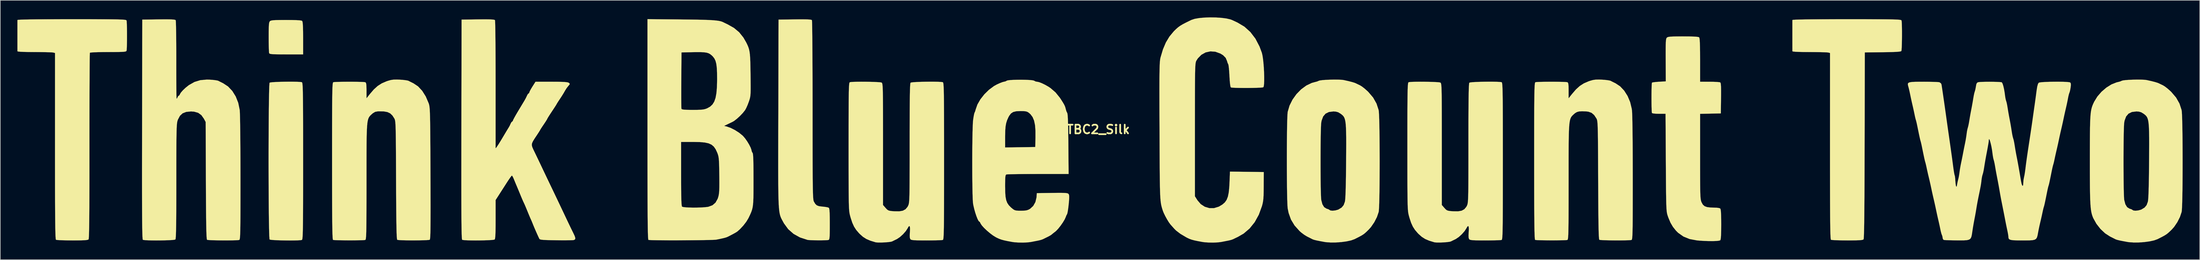
<source format=kicad_pcb>
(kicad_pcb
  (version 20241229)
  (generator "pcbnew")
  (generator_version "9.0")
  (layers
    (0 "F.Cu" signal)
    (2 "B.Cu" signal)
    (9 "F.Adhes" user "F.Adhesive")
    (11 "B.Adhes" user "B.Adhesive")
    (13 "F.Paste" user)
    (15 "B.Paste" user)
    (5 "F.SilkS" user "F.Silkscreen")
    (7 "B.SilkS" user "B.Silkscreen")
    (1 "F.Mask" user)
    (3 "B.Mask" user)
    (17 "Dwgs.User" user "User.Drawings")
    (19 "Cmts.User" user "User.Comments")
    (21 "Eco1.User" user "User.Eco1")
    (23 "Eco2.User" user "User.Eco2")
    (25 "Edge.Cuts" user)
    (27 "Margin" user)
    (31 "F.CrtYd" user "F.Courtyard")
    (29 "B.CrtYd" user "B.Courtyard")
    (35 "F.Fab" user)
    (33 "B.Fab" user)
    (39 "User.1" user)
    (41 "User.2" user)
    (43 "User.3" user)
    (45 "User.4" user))
  (footprint "TBC2_Silk"
    (layer "F.Cu")
    (at 189.619 19.683)
    (property "Reference" "TBC2_Silk" (at 0 0 0) (layer "F.SilkS") (effects (font (size 1.524 1.524) (thickness 0.3))))
    (attr through_hole)
    (fp_poly (pts (xy -141.428 -19.215) (xy -140.648 -19.195) (xy -140.104 -19.16) (xy -139.777 -19.11) (xy -139.659 -19.057) (xy -139.597 -18.897) (xy -139.551 -18.542) (xy -139.519 -17.973) (xy -139.501 -17.17) (xy -139.494 -16.114) (xy -139.494 -16.036) (xy -139.494 -13.181) (xy -142.431 -13.181) (xy -143.415 -13.183) (xy -144.158 -13.191) (xy -144.695 -13.208) (xy -145.059 -13.236) (xy -145.285 -13.277) (xy -145.405 -13.334) (xy -145.452 -13.398) (xy -145.478 -13.599) (xy -145.501 -14.027) (xy -145.519 -14.636) (xy -145.531 -15.378) (xy -145.535 -16.203) (xy -145.532 -17.134) (xy -145.52 -17.829) (xy -145.497 -18.325) (xy -145.46 -18.659) (xy -145.405 -18.87) (xy -145.33 -18.995) (xy -145.319 -19.006) (xy -145.204 -19.083) (xy -145.008 -19.139) (xy -144.694 -19.179) (xy -144.226 -19.204) (xy -143.564 -19.217) (xy -142.673 -19.222) (xy -142.464 -19.222) (xy -141.428 -19.215)) (stroke (width 0.01) (type solid)) (fill yes) (layer "F.SilkS"))
    (fp_poly (pts (xy -141.25 -8.382) (xy -140.598 -8.369) (xy -140.086 -8.344) (xy -139.766 -8.307) (xy -139.711 -8.292) (xy -139.676 -8.259) (xy -139.644 -8.179) (xy -139.616 -8.036) (xy -139.592 -7.815) (xy -139.571 -7.5) (xy -139.554 -7.075) (xy -139.539 -6.524) (xy -139.527 -5.833) (xy -139.517 -4.986) (xy -139.509 -3.966) (xy -139.503 -2.759) (xy -139.499 -1.348) (xy -139.496 0.282) (xy -139.495 2.146) (xy -139.494 4.261) (xy -139.494 5.561) (xy -139.494 7.822) (xy -139.495 9.825) (xy -139.498 11.584) (xy -139.501 13.116) (xy -139.506 14.435) (xy -139.512 15.558) (xy -139.521 16.5) (xy -139.532 17.277) (xy -139.545 17.904) (xy -139.561 18.397) (xy -139.58 18.772) (xy -139.602 19.044) (xy -139.628 19.229) (xy -139.657 19.342) (xy -139.691 19.399) (xy -139.711 19.413) (xy -139.958 19.454) (xy -140.413 19.483) (xy -141.024 19.5) (xy -141.74 19.506) (xy -142.51 19.501) (xy -143.28 19.487) (xy -144 19.464) (xy -144.618 19.432) (xy -145.081 19.393) (xy -145.339 19.348) (xy -145.37 19.331) (xy -145.399 19.168) (xy -145.425 18.753) (xy -145.448 18.109) (xy -145.469 17.258) (xy -145.488 16.224) (xy -145.504 15.028) (xy -145.518 13.694) (xy -145.529 12.243) (xy -145.538 10.7) (xy -145.544 9.087) (xy -145.548 7.425) (xy -145.55 5.739) (xy -145.549 4.05) (xy -145.545 2.381) (xy -145.539 0.756) (xy -145.531 -0.804) (xy -145.52 -2.276) (xy -145.507 -3.636) (xy -145.491 -4.863) (xy -145.473 -5.934) (xy -145.453 -6.825) (xy -145.43 -7.515) (xy -145.404 -7.98) (xy -145.377 -8.198) (xy -145.37 -8.21) (xy -145.191 -8.258) (xy -144.789 -8.299) (xy -144.216 -8.333) (xy -143.524 -8.359) (xy -142.764 -8.376) (xy -141.989 -8.384) (xy -141.25 -8.382)) (stroke (width 0.01) (type solid)) (fill yes) (layer "F.SilkS"))
    (fp_poly (pts (xy -51.423 -19.334) (xy -50.868 -19.317) (xy -50.502 -19.285) (xy -50.295 -19.238) (xy -50.228 -19.19) (xy -50.214 -19.033) (xy -50.2 -18.618) (xy -50.187 -17.963) (xy -50.174 -17.087) (xy -50.162 -16.006) (xy -50.152 -14.738) (xy -50.142 -13.3) (xy -50.134 -11.709) (xy -50.127 -9.985) (xy -50.122 -8.143) (xy -50.118 -6.201) (xy -50.116 -4.177) (xy -50.116 -3.391) (xy -50.115 -0.972) (xy -50.114 1.188) (xy -50.112 3.104) (xy -50.109 4.79) (xy -50.104 6.262) (xy -50.098 7.535) (xy -50.091 8.623) (xy -50.082 9.542) (xy -50.07 10.307) (xy -50.056 10.933) (xy -50.04 11.436) (xy -50.021 11.829) (xy -49.999 12.128) (xy -49.973 12.349) (xy -49.945 12.506) (xy -49.912 12.615) (xy -49.89 12.666) (xy -49.642 13.081) (xy -49.373 13.336) (xy -49.002 13.477) (xy -48.448 13.551) (xy -48.356 13.558) (xy -47.861 13.613) (xy -47.466 13.689) (xy -47.265 13.764) (xy -47.201 13.896) (xy -47.153 14.192) (xy -47.121 14.679) (xy -47.101 15.383) (xy -47.093 16.328) (xy -47.093 16.615) (xy -47.095 17.557) (xy -47.105 18.26) (xy -47.124 18.759) (xy -47.155 19.09) (xy -47.201 19.287) (xy -47.265 19.386) (xy -47.31 19.413) (xy -47.531 19.444) (xy -47.959 19.466) (xy -48.524 19.477) (xy -49.159 19.478) (xy -49.796 19.471) (xy -50.366 19.453) (xy -50.801 19.427) (xy -51.006 19.4) (xy -52.324 18.97) (xy -53.452 18.343) (xy -54.39 17.519) (xy -55.134 16.501) (xy -55.243 16.305) (xy -55.378 16.057) (xy -55.499 15.833) (xy -55.608 15.62) (xy -55.703 15.401) (xy -55.788 15.162) (xy -55.861 14.887) (xy -55.924 14.56) (xy -55.977 14.166) (xy -56.021 13.691) (xy -56.058 13.118) (xy -56.087 12.433) (xy -56.109 11.62) (xy -56.125 10.663) (xy -56.136 9.548) (xy -56.142 8.259) (xy -56.145 6.78) (xy -56.144 5.098) (xy -56.141 3.195) (xy -56.136 1.057) (xy -56.13 -1.332) (xy -56.126 -2.815) (xy -56.086 -19.29) (xy -53.213 -19.327) (xy -52.195 -19.337) (xy -51.423 -19.334)) (stroke (width 0.01) (type solid)) (fill yes) (layer "F.SilkS"))
    (fp_poly (pts (xy 133.171 -19.358) (xy 134.776 -19.357) (xy 136.144 -19.353) (xy 137.293 -19.348) (xy 138.244 -19.34) (xy 139.013 -19.329) (xy 139.621 -19.315) (xy 140.086 -19.297) (xy 140.427 -19.275) (xy 140.662 -19.248) (xy 140.81 -19.216) (xy 140.891 -19.179) (xy 140.921 -19.142) (xy 140.953 -18.922) (xy 140.977 -18.488) (xy 140.992 -17.895) (xy 141 -17.195) (xy 141 -16.443) (xy 140.993 -15.692) (xy 140.979 -14.996) (xy 140.958 -14.408) (xy 140.93 -13.983) (xy 140.896 -13.773) (xy 140.893 -13.767) (xy 140.772 -13.707) (xy 140.478 -13.659) (xy 139.99 -13.621) (xy 139.285 -13.592) (xy 138.341 -13.571) (xy 137.634 -13.561) (xy 134.483 -13.524) (xy 134.448 2.801) (xy 134.441 5.485) (xy 134.434 7.903) (xy 134.425 10.062) (xy 134.414 11.972) (xy 134.403 13.641) (xy 134.39 15.077) (xy 134.375 16.288) (xy 134.358 17.284) (xy 134.34 18.071) (xy 134.32 18.659) (xy 134.298 19.055) (xy 134.273 19.269) (xy 134.259 19.311) (xy 134.142 19.378) (xy 133.897 19.428) (xy 133.492 19.462) (xy 132.895 19.483) (xy 132.076 19.493) (xy 131.411 19.494) (xy 130.57 19.488) (xy 129.819 19.472) (xy 129.202 19.449) (xy 128.764 19.419) (xy 128.55 19.386) (xy 128.542 19.382) (xy 128.515 19.316) (xy 128.491 19.145) (xy 128.469 18.859) (xy 128.45 18.442) (xy 128.434 17.884) (xy 128.419 17.172) (xy 128.407 16.292) (xy 128.397 15.233) (xy 128.389 13.982) (xy 128.382 12.526) (xy 128.378 10.853) (xy 128.374 8.951) (xy 128.372 6.806) (xy 128.372 4.406) (xy 128.372 2.924) (xy 128.375 -13.423) (xy 128.065 -13.506) (xy 127.84 -13.53) (xy 127.385 -13.552) (xy 126.746 -13.57) (xy 125.967 -13.583) (xy 125.094 -13.59) (xy 124.769 -13.591) (xy 123.707 -13.597) (xy 122.863 -13.616) (xy 122.251 -13.646) (xy 121.885 -13.686) (xy 121.78 -13.73) (xy 121.779 -13.904) (xy 121.778 -14.309) (xy 121.777 -14.897) (xy 121.776 -15.625) (xy 121.776 -16.446) (xy 121.776 -16.476) (xy 121.776 -17.299) (xy 121.777 -18.031) (xy 121.778 -18.625) (xy 121.778 -19.036) (xy 121.779 -19.22) (xy 121.78 -19.222) (xy 121.917 -19.252) (xy 122.326 -19.278) (xy 123.005 -19.301) (xy 123.949 -19.32) (xy 125.157 -19.336) (xy 126.626 -19.347) (xy 128.352 -19.355) (xy 130.333 -19.359) (xy 131.31 -19.359) (xy 133.171 -19.358)) (stroke (width 0.01) (type solid)) (fill yes) (layer "F.SilkS"))
    (fp_poly (pts (xy -178.219 -19.358) (xy -176.615 -19.357) (xy -175.247 -19.353) (xy -174.097 -19.348) (xy -173.147 -19.34) (xy -172.377 -19.329) (xy -171.769 -19.315) (xy -171.304 -19.297) (xy -170.964 -19.275) (xy -170.729 -19.248) (xy -170.58 -19.216) (xy -170.499 -19.179) (xy -170.469 -19.142) (xy -170.44 -18.928) (xy -170.417 -18.495) (xy -170.4 -17.899) (xy -170.391 -17.194) (xy -170.388 -16.437) (xy -170.391 -15.682) (xy -170.402 -14.986) (xy -170.419 -14.404) (xy -170.442 -13.991) (xy -170.469 -13.81) (xy -170.526 -13.739) (xy -170.655 -13.685) (xy -170.891 -13.646) (xy -171.266 -13.62) (xy -171.813 -13.603) (xy -172.564 -13.595) (xy -173.554 -13.592) (xy -173.688 -13.592) (xy -174.632 -13.587) (xy -175.457 -13.572) (xy -176.129 -13.548) (xy -176.611 -13.517) (xy -176.869 -13.481) (xy -176.902 -13.465) (xy -176.912 -13.313) (xy -176.922 -12.905) (xy -176.931 -12.256) (xy -176.939 -11.383) (xy -176.947 -10.305) (xy -176.954 -9.037) (xy -176.961 -7.597) (xy -176.966 -6.002) (xy -176.971 -4.269) (xy -176.974 -2.415) (xy -176.976 -0.458) (xy -176.977 1.586) (xy -176.977 2.893) (xy -176.978 5.546) (xy -176.979 7.934) (xy -176.983 10.065) (xy -176.989 11.95) (xy -176.996 13.596) (xy -177.006 15.015) (xy -177.017 16.213) (xy -177.031 17.202) (xy -177.047 17.989) (xy -177.065 18.585) (xy -177.086 18.998) (xy -177.109 19.237) (xy -177.129 19.309) (xy -177.244 19.377) (xy -177.483 19.427) (xy -177.878 19.461) (xy -178.461 19.483) (xy -179.264 19.493) (xy -179.979 19.494) (xy -180.82 19.488) (xy -181.571 19.472) (xy -182.189 19.449) (xy -182.627 19.419) (xy -182.84 19.386) (xy -182.848 19.382) (xy -182.875 19.316) (xy -182.899 19.145) (xy -182.921 18.859) (xy -182.94 18.442) (xy -182.957 17.884) (xy -182.971 17.172) (xy -182.983 16.292) (xy -182.993 15.233) (xy -183.001 13.982) (xy -183.008 12.526) (xy -183.013 10.853) (xy -183.016 8.951) (xy -183.018 6.806) (xy -183.019 4.406) (xy -183.018 2.924) (xy -183.015 -13.423) (xy -183.325 -13.506) (xy -183.55 -13.53) (xy -184.005 -13.552) (xy -184.645 -13.57) (xy -185.423 -13.583) (xy -186.296 -13.59) (xy -186.621 -13.591) (xy -187.683 -13.597) (xy -188.527 -13.616) (xy -189.139 -13.646) (xy -189.505 -13.686) (xy -189.611 -13.73) (xy -189.612 -13.904) (xy -189.613 -14.309) (xy -189.613 -14.897) (xy -189.614 -15.625) (xy -189.614 -16.446) (xy -189.614 -16.476) (xy -189.614 -17.299) (xy -189.613 -18.031) (xy -189.613 -18.625) (xy -189.612 -19.036) (xy -189.611 -19.22) (xy -189.611 -19.222) (xy -189.473 -19.252) (xy -189.064 -19.278) (xy -188.386 -19.301) (xy -187.441 -19.32) (xy -186.233 -19.336) (xy -184.765 -19.347) (xy -183.038 -19.355) (xy -181.057 -19.359) (xy -180.08 -19.359) (xy -178.219 -19.358)) (stroke (width 0.01) (type solid)) (fill yes) (layer "F.SilkS"))
    (fp_poly (pts (xy 103.647 -16.332) (xy 104.428 -16.312) (xy 104.972 -16.277) (xy 105.299 -16.226) (xy 105.417 -16.174) (xy 105.47 -16.035) (xy 105.512 -15.722) (xy 105.543 -15.217) (xy 105.564 -14.499) (xy 105.577 -13.548) (xy 105.582 -12.345) (xy 105.582 -12.192) (xy 105.582 -8.375) (xy 107.264 -8.373) (xy 107.927 -8.364) (xy 108.498 -8.339) (xy 108.915 -8.304) (xy 109.119 -8.261) (xy 109.12 -8.26) (xy 109.183 -8.153) (xy 109.227 -7.905) (xy 109.255 -7.486) (xy 109.266 -6.867) (xy 109.264 -6.019) (xy 109.257 -5.482) (xy 109.22 -2.815) (xy 107.401 -2.776) (xy 105.582 -2.738) (xy 105.582 4.729) (xy 105.582 6.358) (xy 105.584 7.734) (xy 105.588 8.883) (xy 105.595 9.828) (xy 105.605 10.59) (xy 105.62 11.195) (xy 105.64 11.665) (xy 105.666 12.024) (xy 105.699 12.294) (xy 105.739 12.499) (xy 105.787 12.663) (xy 105.844 12.808) (xy 106.068 13.21) (xy 106.37 13.48) (xy 106.801 13.642) (xy 107.413 13.717) (xy 107.977 13.73) (xy 108.535 13.753) (xy 108.944 13.816) (xy 109.124 13.894) (xy 109.188 14.063) (xy 109.236 14.433) (xy 109.268 15.025) (xy 109.285 15.858) (xy 109.289 16.682) (xy 109.282 17.714) (xy 109.262 18.491) (xy 109.227 19.032) (xy 109.175 19.355) (xy 109.124 19.469) (xy 108.912 19.54) (xy 108.477 19.588) (xy 107.868 19.611) (xy 107.136 19.609) (xy 106.33 19.583) (xy 105.5 19.532) (xy 105.032 19.491) (xy 103.759 19.255) (xy 102.662 18.811) (xy 101.73 18.155) (xy 101.34 17.764) (xy 100.815 17.103) (xy 100.395 16.389) (xy 100.03 15.527) (xy 99.904 15.171) (xy 99.847 14.993) (xy 99.798 14.805) (xy 99.756 14.586) (xy 99.721 14.313) (xy 99.692 13.965) (xy 99.668 13.519) (xy 99.648 12.953) (xy 99.632 12.246) (xy 99.618 11.375) (xy 99.606 10.317) (xy 99.596 9.052) (xy 99.586 7.556) (xy 99.575 5.808) (xy 99.575 5.801) (xy 99.525 -2.746) (xy 98.374 -2.746) (xy 97.837 -2.761) (xy 97.412 -2.801) (xy 97.169 -2.859) (xy 97.139 -2.881) (xy 97.111 -3.059) (xy 97.088 -3.456) (xy 97.072 -4.018) (xy 97.062 -4.694) (xy 97.058 -5.43) (xy 97.06 -6.175) (xy 97.069 -6.875) (xy 97.083 -7.479) (xy 97.104 -7.934) (xy 97.13 -8.187) (xy 97.142 -8.22) (xy 97.31 -8.267) (xy 97.683 -8.317) (xy 98.192 -8.362) (xy 98.398 -8.375) (xy 99.567 -8.444) (xy 99.548 -12.17) (xy 99.544 -13.295) (xy 99.546 -14.178) (xy 99.555 -14.849) (xy 99.573 -15.34) (xy 99.601 -15.682) (xy 99.642 -15.907) (xy 99.697 -16.047) (xy 99.75 -16.117) (xy 99.864 -16.195) (xy 100.052 -16.253) (xy 100.352 -16.293) (xy 100.8 -16.319) (xy 101.436 -16.333) (xy 102.298 -16.338) (xy 102.612 -16.338) (xy 103.647 -16.332)) (stroke (width 0.01) (type solid)) (fill yes) (layer "F.SilkS"))
    (fp_poly (pts (xy -163.044 -19.334) (xy -162.489 -19.317) (xy -162.122 -19.285) (xy -161.916 -19.237) (xy -161.848 -19.19) (xy -161.826 -19.022) (xy -161.806 -18.606) (xy -161.788 -17.97) (xy -161.772 -17.141) (xy -161.76 -16.145) (xy -161.751 -15.01) (xy -161.746 -13.763) (xy -161.745 -12.43) (xy -161.745 -12.241) (xy -161.746 -10.903) (xy -161.744 -9.651) (xy -161.74 -8.51) (xy -161.734 -7.507) (xy -161.726 -6.668) (xy -161.716 -6.021) (xy -161.705 -5.591) (xy -161.692 -5.405) (xy -161.69 -5.4) (xy -161.604 -5.456) (xy -161.534 -5.619) (xy -161.414 -5.846) (xy -161.324 -5.904) (xy -161.188 -6.016) (xy -161.128 -6.144) (xy -160.942 -6.462) (xy -160.584 -6.873) (xy -160.114 -7.318) (xy -159.587 -7.738) (xy -159.507 -7.795) (xy -158.553 -8.335) (xy -157.526 -8.651) (xy -156.374 -8.756) (xy -155.884 -8.742) (xy -155.297 -8.697) (xy -154.793 -8.634) (xy -154.451 -8.565) (xy -154.374 -8.536) (xy -154.095 -8.392) (xy -153.696 -8.193) (xy -153.524 -8.109) (xy -152.662 -7.543) (xy -151.918 -6.756) (xy -151.315 -5.786) (xy -150.875 -4.671) (xy -150.622 -3.449) (xy -150.61 -3.338) (xy -150.59 -3.008) (xy -150.57 -2.427) (xy -150.552 -1.62) (xy -150.535 -0.61) (xy -150.52 0.578) (xy -150.507 1.92) (xy -150.497 3.393) (xy -150.488 4.973) (xy -150.483 6.634) (xy -150.48 8.354) (xy -150.48 8.601) (xy -150.48 10.583) (xy -150.481 12.308) (xy -150.484 13.793) (xy -150.488 15.058) (xy -150.495 16.118) (xy -150.504 16.993) (xy -150.516 17.699) (xy -150.531 18.255) (xy -150.549 18.677) (xy -150.572 18.985) (xy -150.599 19.195) (xy -150.63 19.325) (xy -150.667 19.393) (xy -150.695 19.413) (xy -150.912 19.444) (xy -151.345 19.468) (xy -151.941 19.483) (xy -152.648 19.491) (xy -153.415 19.493) (xy -154.187 19.487) (xy -154.915 19.474) (xy -155.544 19.455) (xy -156.024 19.43) (xy -156.301 19.399) (xy -156.343 19.386) (xy -156.376 19.303) (xy -156.406 19.09) (xy -156.432 18.732) (xy -156.455 18.214) (xy -156.475 17.523) (xy -156.492 16.644) (xy -156.507 15.562) (xy -156.52 14.263) (xy -156.531 12.732) (xy -156.541 10.955) (xy -156.549 8.987) (xy -156.588 -1.304) (xy -156.897 -1.883) (xy -157.344 -2.515) (xy -157.909 -2.922) (xy -158.628 -3.125) (xy -159.164 -3.158) (xy -159.996 -3.081) (xy -160.631 -2.833) (xy -161.105 -2.391) (xy -161.454 -1.73) (xy -161.511 -1.574) (xy -161.554 -1.425) (xy -161.591 -1.236) (xy -161.623 -0.989) (xy -161.65 -0.663) (xy -161.673 -0.238) (xy -161.691 0.304) (xy -161.705 0.983) (xy -161.716 1.819) (xy -161.725 2.831) (xy -161.73 4.038) (xy -161.734 5.461) (xy -161.736 7.118) (xy -161.736 9.03) (xy -161.736 9.127) (xy -161.737 11.144) (xy -161.741 12.901) (xy -161.747 14.411) (xy -161.755 15.69) (xy -161.767 16.75) (xy -161.782 17.608) (xy -161.801 18.275) (xy -161.823 18.768) (xy -161.849 19.099) (xy -161.88 19.284) (xy -161.901 19.331) (xy -162.084 19.382) (xy -162.489 19.424) (xy -163.066 19.457) (xy -163.761 19.481) (xy -164.524 19.496) (xy -165.302 19.5) (xy -166.044 19.494) (xy -166.698 19.477) (xy -167.212 19.448) (xy -167.534 19.407) (xy -167.606 19.383) (xy -167.631 19.317) (xy -167.653 19.147) (xy -167.673 18.859) (xy -167.69 18.444) (xy -167.705 17.889) (xy -167.718 17.182) (xy -167.729 16.313) (xy -167.737 15.27) (xy -167.744 14.041) (xy -167.749 12.615) (xy -167.752 10.981) (xy -167.753 9.127) (xy -167.753 7.041) (xy -167.751 4.712) (xy -167.747 2.129) (xy -167.743 -0.008) (xy -167.709 -19.29) (xy -164.835 -19.327) (xy -163.817 -19.337) (xy -163.044 -19.334)) (stroke (width 0.01) (type solid)) (fill yes) (layer "F.SilkS"))
    (fp_poly (pts (xy 41.955 -8.751) (xy 42.538 -8.73) (xy 42.969 -8.688) (xy 43.043 -8.675) (xy 43.9 -8.484) (xy 44.575 -8.311) (xy 45.03 -8.166) (xy 45.141 -8.119) (xy 45.411 -7.989) (xy 45.797 -7.804) (xy 45.926 -7.743) (xy 46.276 -7.525) (xy 46.732 -7.171) (xy 47.214 -6.743) (xy 47.379 -6.584) (xy 48.219 -5.599) (xy 48.816 -4.542) (xy 49.19 -3.4) (xy 49.227 -3.1) (xy 49.26 -2.555) (xy 49.288 -1.798) (xy 49.313 -0.857) (xy 49.332 0.236) (xy 49.348 1.452) (xy 49.359 2.759) (xy 49.366 4.128) (xy 49.369 5.527) (xy 49.367 6.927) (xy 49.361 8.297) (xy 49.351 9.606) (xy 49.336 10.825) (xy 49.317 11.922) (xy 49.293 12.867) (xy 49.265 13.63) (xy 49.233 14.181) (xy 49.196 14.488) (xy 49.195 14.494) (xy 48.894 15.382) (xy 48.425 16.301) (xy 47.853 17.137) (xy 47.484 17.553) (xy 47.105 17.928) (xy 46.8 18.207) (xy 46.507 18.433) (xy 46.163 18.648) (xy 45.706 18.894) (xy 45.075 19.214) (xy 44.965 19.269) (xy 44.376 19.484) (xy 43.589 19.657) (xy 42.679 19.782) (xy 41.718 19.853) (xy 40.782 19.861) (xy 39.945 19.801) (xy 39.679 19.76) (xy 38.892 19.615) (xy 38.328 19.502) (xy 37.94 19.409) (xy 37.681 19.326) (xy 37.551 19.267) (xy 37.27 19.124) (xy 36.861 18.918) (xy 36.618 18.796) (xy 36.147 18.51) (xy 35.63 18.123) (xy 35.314 17.845) (xy 34.44 16.867) (xy 33.811 15.829) (xy 33.398 14.674) (xy 33.24 13.896) (xy 33.206 13.533) (xy 33.176 12.932) (xy 33.15 12.124) (xy 33.129 11.142) (xy 33.112 10.017) (xy 33.099 8.781) (xy 33.09 7.465) (xy 33.086 6.2) (xy 39 6.2) (xy 39.004 7.424) (xy 39.012 8.593) (xy 39.025 9.672) (xy 39.042 10.626) (xy 39.064 11.416) (xy 39.09 12.009) (xy 39.12 12.367) (xy 39.123 12.39) (xy 39.321 13.144) (xy 39.628 13.652) (xy 40.05 13.919) (xy 40.124 13.939) (xy 40.426 14.044) (xy 40.578 14.152) (xy 40.781 14.253) (xy 41.152 14.275) (xy 41.6 14.225) (xy 42.031 14.108) (xy 42.163 14.052) (xy 42.708 13.715) (xy 43.052 13.295) (xy 43.27 12.7) (xy 43.278 12.667) (xy 43.323 12.334) (xy 43.363 11.73) (xy 43.399 10.858) (xy 43.429 9.722) (xy 43.455 8.325) (xy 43.475 6.671) (xy 43.484 5.595) (xy 43.495 3.955) (xy 43.5 2.565) (xy 43.498 1.404) (xy 43.484 0.446) (xy 43.456 -0.33) (xy 43.413 -0.948) (xy 43.35 -1.432) (xy 43.265 -1.806) (xy 43.157 -2.092) (xy 43.021 -2.314) (xy 42.855 -2.495) (xy 42.658 -2.659) (xy 42.53 -2.754) (xy 42.091 -3.02) (xy 41.657 -3.137) (xy 41.248 -3.158) (xy 40.472 -3.064) (xy 39.878 -2.773) (xy 39.455 -2.275) (xy 39.188 -1.557) (xy 39.121 -1.195) (xy 39.091 -0.84) (xy 39.065 -0.25) (xy 39.043 0.538) (xy 39.026 1.49) (xy 39.013 2.568) (xy 39.004 3.736) (xy 39 4.959) (xy 39 6.2) (xy 33.086 6.2) (xy 33.086 6.101) (xy 33.085 4.722) (xy 33.089 3.359) (xy 33.097 2.043) (xy 33.11 0.807) (xy 33.126 -0.318) (xy 33.147 -1.3) (xy 33.172 -2.107) (xy 33.202 -2.708) (xy 33.235 -3.07) (xy 33.24 -3.101) (xy 33.56 -4.191) (xy 34.083 -5.238) (xy 34.773 -6.2) (xy 35.592 -7.036) (xy 36.5 -7.706) (xy 37.461 -8.166) (xy 38.048 -8.326) (xy 38.411 -8.42) (xy 38.659 -8.529) (xy 38.668 -8.535) (xy 38.885 -8.602) (xy 39.316 -8.659) (xy 39.9 -8.704) (xy 40.575 -8.736) (xy 41.28 -8.752) (xy 41.955 -8.751)) (stroke (width 0.01) (type solid)) (fill yes) (layer "F.SilkS"))
    (fp_poly (pts (xy 182.822 -8.751) (xy 183.405 -8.73) (xy 183.836 -8.688) (xy 183.91 -8.675) (xy 184.767 -8.484) (xy 185.442 -8.311) (xy 185.897 -8.166) (xy 186.008 -8.119) (xy 186.278 -7.989) (xy 186.664 -7.804) (xy 186.793 -7.743) (xy 187.143 -7.525) (xy 187.599 -7.171) (xy 188.081 -6.743) (xy 188.246 -6.584) (xy 189.086 -5.599) (xy 189.683 -4.542) (xy 190.057 -3.4) (xy 190.094 -3.1) (xy 190.127 -2.555) (xy 190.155 -1.798) (xy 190.18 -0.857) (xy 190.199 0.236) (xy 190.215 1.452) (xy 190.226 2.759) (xy 190.233 4.128) (xy 190.236 5.527) (xy 190.234 6.927) (xy 190.228 8.297) (xy 190.218 9.606) (xy 190.203 10.825) (xy 190.184 11.922) (xy 190.16 12.867) (xy 190.132 13.63) (xy 190.1 14.181) (xy 190.063 14.488) (xy 190.062 14.494) (xy 189.764 15.38) (xy 189.305 16.291) (xy 188.747 17.116) (xy 188.35 17.564) (xy 187.965 17.938) (xy 187.656 18.217) (xy 187.36 18.442) (xy 187.016 18.656) (xy 186.559 18.901) (xy 185.928 19.221) (xy 185.832 19.269) (xy 185.243 19.484) (xy 184.456 19.657) (xy 183.546 19.782) (xy 182.585 19.853) (xy 181.649 19.861) (xy 180.812 19.801) (xy 180.546 19.76) (xy 179.759 19.615) (xy 179.195 19.502) (xy 178.807 19.409) (xy 178.548 19.326) (xy 178.418 19.267) (xy 178.137 19.124) (xy 177.728 18.918) (xy 177.485 18.796) (xy 176.632 18.242) (xy 175.821 17.48) (xy 175.114 16.576) (xy 174.568 15.596) (xy 174.526 15.501) (xy 174.41 15.205) (xy 174.31 14.889) (xy 174.226 14.532) (xy 174.157 14.11) (xy 174.1 13.601) (xy 174.055 12.982) (xy 174.02 12.229) (xy 173.995 11.321) (xy 173.977 10.234) (xy 173.967 8.946) (xy 173.961 7.434) (xy 173.961 6.2) (xy 179.867 6.2) (xy 179.871 7.424) (xy 179.879 8.593) (xy 179.892 9.672) (xy 179.909 10.626) (xy 179.931 11.416) (xy 179.957 12.009) (xy 179.987 12.367) (xy 179.99 12.39) (xy 180.188 13.144) (xy 180.495 13.652) (xy 180.917 13.919) (xy 180.991 13.939) (xy 181.293 14.044) (xy 181.445 14.152) (xy 181.648 14.253) (xy 182.019 14.275) (xy 182.467 14.225) (xy 182.899 14.108) (xy 183.031 14.052) (xy 183.575 13.715) (xy 183.919 13.295) (xy 184.137 12.7) (xy 184.145 12.667) (xy 184.19 12.334) (xy 184.231 11.73) (xy 184.266 10.858) (xy 184.296 9.722) (xy 184.322 8.325) (xy 184.342 6.671) (xy 184.351 5.595) (xy 184.362 3.955) (xy 184.367 2.565) (xy 184.365 1.404) (xy 184.351 0.446) (xy 184.323 -0.33) (xy 184.28 -0.948) (xy 184.217 -1.432) (xy 184.133 -1.806) (xy 184.024 -2.092) (xy 183.888 -2.314) (xy 183.722 -2.495) (xy 183.525 -2.659) (xy 183.397 -2.754) (xy 182.958 -3.02) (xy 182.524 -3.137) (xy 182.115 -3.158) (xy 181.339 -3.064) (xy 180.745 -2.773) (xy 180.322 -2.275) (xy 180.055 -1.557) (xy 179.988 -1.195) (xy 179.958 -0.84) (xy 179.932 -0.25) (xy 179.91 0.538) (xy 179.893 1.49) (xy 179.88 2.568) (xy 179.871 3.736) (xy 179.867 4.959) (xy 179.867 6.2) (xy 173.961 6.2) (xy 173.96 5.675) (xy 173.96 5.26) (xy 173.962 3.506) (xy 173.967 2.004) (xy 173.975 0.728) (xy 173.989 -0.345) (xy 174.012 -1.238) (xy 174.044 -1.976) (xy 174.087 -2.582) (xy 174.143 -3.081) (xy 174.215 -3.496) (xy 174.303 -3.851) (xy 174.41 -4.17) (xy 174.537 -4.477) (xy 174.686 -4.795) (xy 174.722 -4.869) (xy 175.278 -5.775) (xy 176.005 -6.614) (xy 176.848 -7.339) (xy 177.749 -7.905) (xy 178.654 -8.265) (xy 178.915 -8.326) (xy 179.278 -8.42) (xy 179.526 -8.529) (xy 179.535 -8.535) (xy 179.752 -8.602) (xy 180.184 -8.659) (xy 180.767 -8.704) (xy 181.442 -8.736) (xy 182.147 -8.752) (xy 182.822 -8.751)) (stroke (width 0.01) (type solid)) (fill yes) (layer "F.SilkS"))
    (fp_poly (pts (xy 20.633 -19.663) (xy 21.609 -19.599) (xy 22.48 -19.485) (xy 23.184 -19.323) (xy 23.472 -19.215) (xy 23.81 -19.059) (xy 24.253 -18.851) (xy 24.439 -18.763) (xy 25.642 -18.046) (xy 26.686 -17.105) (xy 27.57 -15.945) (xy 28.29 -14.567) (xy 28.703 -13.455) (xy 28.81 -13) (xy 28.905 -12.381) (xy 28.984 -11.647) (xy 29.047 -10.847) (xy 29.09 -10.029) (xy 29.112 -9.244) (xy 29.111 -8.539) (xy 29.085 -7.964) (xy 29.032 -7.568) (xy 28.957 -7.403) (xy 28.763 -7.365) (xy 28.347 -7.334) (xy 27.762 -7.31) (xy 27.061 -7.293) (xy 26.294 -7.284) (xy 25.515 -7.283) (xy 24.776 -7.291) (xy 24.13 -7.306) (xy 23.627 -7.33) (xy 23.321 -7.363) (xy 23.258 -7.382) (xy 23.191 -7.557) (xy 23.126 -7.968) (xy 23.068 -8.576) (xy 23.021 -9.341) (xy 23.018 -9.391) (xy 22.977 -10.095) (xy 22.927 -10.704) (xy 22.873 -11.165) (xy 22.821 -11.421) (xy 22.807 -11.45) (xy 22.691 -11.687) (xy 22.594 -12.014) (xy 22.359 -12.571) (xy 21.903 -13.036) (xy 21.429 -13.328) (xy 20.55 -13.648) (xy 19.674 -13.712) (xy 18.842 -13.531) (xy 18.095 -13.117) (xy 17.471 -12.482) (xy 17.217 -12.082) (xy 17.171 -11.989) (xy 17.131 -11.877) (xy 17.096 -11.729) (xy 17.066 -11.526) (xy 17.041 -11.252) (xy 17.019 -10.888) (xy 17.002 -10.416) (xy 16.988 -9.818) (xy 16.978 -9.077) (xy 16.97 -8.174) (xy 16.964 -7.092) (xy 16.96 -5.813) (xy 16.958 -4.318) (xy 16.957 -2.59) (xy 16.956 -0.611) (xy 16.956 0.069) (xy 16.956 11.739) (xy 17.41 12.454) (xy 17.983 13.123) (xy 18.691 13.584) (xy 19.484 13.821) (xy 20.313 13.822) (xy 21.13 13.573) (xy 21.239 13.518) (xy 21.789 13.185) (xy 22.211 12.817) (xy 22.524 12.37) (xy 22.745 11.803) (xy 22.894 11.075) (xy 22.986 10.143) (xy 23.027 9.368) (xy 23.106 7.409) (xy 26.072 7.446) (xy 29.038 7.483) (xy 29.029 9.954) (xy 29.02 10.895) (xy 29.001 11.62) (xy 28.965 12.185) (xy 28.908 12.649) (xy 28.825 13.068) (xy 28.716 13.478) (xy 28.167 14.979) (xy 27.444 16.289) (xy 26.556 17.395) (xy 25.513 18.286) (xy 24.508 18.867) (xy 24.098 19.062) (xy 23.753 19.231) (xy 23.684 19.267) (xy 23.375 19.383) (xy 22.946 19.496) (xy 22.826 19.521) (xy 22.306 19.622) (xy 21.734 19.734) (xy 21.59 19.763) (xy 20.957 19.842) (xy 20.167 19.876) (xy 19.336 19.864) (xy 18.577 19.807) (xy 18.261 19.761) (xy 17.445 19.61) (xy 16.837 19.481) (xy 16.371 19.354) (xy 15.983 19.212) (xy 15.609 19.036) (xy 15.438 18.946) (xy 14.415 18.339) (xy 13.651 17.756) (xy 13.343 17.449) (xy 13.024 17.092) (xy 12.685 16.711) (xy 12.667 16.691) (xy 12.394 16.321) (xy 12.069 15.792) (xy 11.745 15.2) (xy 11.475 14.641) (xy 11.333 14.279) (xy 11.241 13.994) (xy 11.161 13.727) (xy 11.091 13.461) (xy 11.03 13.175) (xy 10.978 12.851) (xy 10.934 12.47) (xy 10.897 12.014) (xy 10.866 11.462) (xy 10.841 10.797) (xy 10.821 9.999) (xy 10.804 9.049) (xy 10.791 7.929) (xy 10.78 6.619) (xy 10.771 5.101) (xy 10.762 3.355) (xy 10.754 1.364) (xy 10.75 0.275) (xy 10.742 -1.842) (xy 10.735 -3.701) (xy 10.732 -5.323) (xy 10.73 -6.723) (xy 10.732 -7.922) (xy 10.736 -8.936) (xy 10.744 -9.783) (xy 10.755 -10.482) (xy 10.771 -11.051) (xy 10.79 -11.508) (xy 10.813 -11.87) (xy 10.841 -12.156) (xy 10.874 -12.384) (xy 10.911 -12.572) (xy 10.925 -12.631) (xy 11.351 -14.06) (xy 11.863 -15.269) (xy 12.484 -16.305) (xy 13.24 -17.216) (xy 13.315 -17.293) (xy 13.68 -17.65) (xy 14.015 -17.942) (xy 14.374 -18.202) (xy 14.81 -18.463) (xy 15.376 -18.759) (xy 16.125 -19.125) (xy 16.365 -19.24) (xy 16.928 -19.425) (xy 17.7 -19.559) (xy 18.616 -19.644) (xy 19.615 -19.678) (xy 20.633 -19.663)) (stroke (width 0.01) (type solid)) (fill yes) (layer "F.SilkS"))
    (fp_poly (pts (xy 88.368 -8.742) (xy 88.955 -8.697) (xy 89.459 -8.634) (xy 89.801 -8.565) (xy 89.878 -8.536) (xy 90.154 -8.394) (xy 90.555 -8.195) (xy 90.754 -8.098) (xy 91.557 -7.565) (xy 92.269 -6.808) (xy 92.863 -5.871) (xy 93.314 -4.798) (xy 93.594 -3.631) (xy 93.633 -3.342) (xy 93.658 -2.982) (xy 93.681 -2.366) (xy 93.702 -1.513) (xy 93.721 -0.441) (xy 93.737 0.831) (xy 93.75 2.284) (xy 93.761 3.9) (xy 93.768 5.66) (xy 93.772 7.546) (xy 93.773 8.601) (xy 93.773 10.583) (xy 93.771 12.308) (xy 93.769 13.793) (xy 93.764 15.058) (xy 93.758 16.118) (xy 93.749 16.993) (xy 93.737 17.699) (xy 93.721 18.255) (xy 93.703 18.677) (xy 93.68 18.985) (xy 93.653 19.195) (xy 93.622 19.325) (xy 93.585 19.393) (xy 93.557 19.413) (xy 93.34 19.444) (xy 92.907 19.468) (xy 92.311 19.483) (xy 91.603 19.491) (xy 90.837 19.493) (xy 90.065 19.487) (xy 89.337 19.474) (xy 88.708 19.455) (xy 88.228 19.43) (xy 87.951 19.399) (xy 87.909 19.386) (xy 87.876 19.303) (xy 87.846 19.09) (xy 87.82 18.733) (xy 87.798 18.217) (xy 87.778 17.527) (xy 87.76 16.649) (xy 87.745 15.569) (xy 87.732 14.272) (xy 87.721 12.744) (xy 87.711 10.971) (xy 87.703 8.937) (xy 87.703 8.919) (xy 87.695 6.981) (xy 87.688 5.298) (xy 87.68 3.852) (xy 87.671 2.624) (xy 87.661 1.594) (xy 87.649 0.743) (xy 87.634 0.052) (xy 87.617 -0.497) (xy 87.595 -0.924) (xy 87.57 -1.248) (xy 87.54 -1.487) (xy 87.505 -1.662) (xy 87.465 -1.791) (xy 87.418 -1.893) (xy 87.409 -1.909) (xy 86.999 -2.53) (xy 86.543 -2.918) (xy 85.981 -3.118) (xy 85.605 -3.163) (xy 84.886 -3.191) (xy 84.368 -3.161) (xy 83.984 -3.06) (xy 83.663 -2.871) (xy 83.465 -2.704) (xy 83.293 -2.547) (xy 83.143 -2.399) (xy 83.014 -2.241) (xy 82.904 -2.054) (xy 82.812 -1.819) (xy 82.735 -1.518) (xy 82.673 -1.131) (xy 82.624 -0.639) (xy 82.586 -0.023) (xy 82.558 0.736) (xy 82.539 1.656) (xy 82.527 2.757) (xy 82.52 4.059) (xy 82.516 5.579) (xy 82.516 7.337) (xy 82.516 9.209) (xy 82.515 11.13) (xy 82.514 12.795) (xy 82.511 14.222) (xy 82.506 15.429) (xy 82.498 16.435) (xy 82.488 17.257) (xy 82.475 17.914) (xy 82.459 18.423) (xy 82.438 18.805) (xy 82.414 19.075) (xy 82.385 19.254) (xy 82.35 19.358) (xy 82.311 19.407) (xy 82.299 19.413) (xy 82.095 19.439) (xy 81.671 19.459) (xy 81.079 19.473) (xy 80.373 19.481) (xy 79.604 19.484) (xy 78.826 19.481) (xy 78.093 19.473) (xy 77.456 19.459) (xy 76.97 19.44) (xy 76.687 19.415) (xy 76.646 19.405) (xy 76.617 19.342) (xy 76.591 19.167) (xy 76.568 18.868) (xy 76.549 18.431) (xy 76.532 17.843) (xy 76.517 17.091) (xy 76.505 16.16) (xy 76.495 15.038) (xy 76.488 13.711) (xy 76.482 12.166) (xy 76.478 10.39) (xy 76.476 8.368) (xy 76.475 6.088) (xy 76.475 5.564) (xy 76.475 3.302) (xy 76.476 1.299) (xy 76.478 -0.461) (xy 76.481 -1.992) (xy 76.486 -3.312) (xy 76.493 -4.435) (xy 76.501 -5.378) (xy 76.512 -6.155) (xy 76.526 -6.782) (xy 76.542 -7.275) (xy 76.561 -7.65) (xy 76.583 -7.922) (xy 76.608 -8.107) (xy 76.638 -8.221) (xy 76.671 -8.278) (xy 76.692 -8.292) (xy 76.903 -8.321) (xy 77.336 -8.343) (xy 77.935 -8.359) (xy 78.647 -8.37) (xy 79.418 -8.373) (xy 80.195 -8.371) (xy 80.923 -8.362) (xy 81.548 -8.347) (xy 82.018 -8.326) (xy 82.277 -8.298) (xy 82.299 -8.292) (xy 82.401 -8.205) (xy 82.466 -8.008) (xy 82.502 -7.651) (xy 82.515 -7.086) (xy 82.516 -6.838) (xy 82.516 -5.467) (xy 83.095 -6.2) (xy 83.799 -7.018) (xy 84.475 -7.631) (xy 85.194 -8.092) (xy 86.028 -8.451) (xy 86.27 -8.534) (xy 86.779 -8.677) (xy 87.269 -8.75) (xy 87.847 -8.763) (xy 88.368 -8.742)) (stroke (width 0.01) (type solid)) (fill yes) (layer "F.SilkS"))
    (fp_poly (pts (xy -28.803 -8.382) (xy -28.152 -8.369) (xy -27.64 -8.344) (xy -27.319 -8.307) (xy -27.265 -8.292) (xy -27.229 -8.259) (xy -27.197 -8.179) (xy -27.17 -8.036) (xy -27.146 -7.815) (xy -27.125 -7.5) (xy -27.107 -7.075) (xy -27.092 -6.524) (xy -27.08 -5.833) (xy -27.07 -4.986) (xy -27.063 -3.966) (xy -27.057 -2.759) (xy -27.053 -1.348) (xy -27.05 0.282) (xy -27.048 2.146) (xy -27.048 4.261) (xy -27.048 5.561) (xy -27.048 7.822) (xy -27.049 9.825) (xy -27.051 11.584) (xy -27.054 13.116) (xy -27.059 14.435) (xy -27.066 15.558) (xy -27.074 16.5) (xy -27.085 17.277) (xy -27.099 17.904) (xy -27.115 18.397) (xy -27.134 18.772) (xy -27.156 19.044) (xy -27.181 19.229) (xy -27.211 19.342) (xy -27.244 19.399) (xy -27.265 19.413) (xy -27.465 19.439) (xy -27.894 19.462) (xy -28.504 19.48) (xy -29.248 19.492) (xy -30.082 19.496) (xy -30.131 19.496) (xy -31.075 19.493) (xy -31.78 19.482) (xy -32.283 19.459) (xy -32.621 19.423) (xy -32.828 19.371) (xy -32.942 19.3) (xy -32.954 19.287) (xy -33.048 19.056) (xy -33.074 18.642) (xy -33.042 18.058) (xy -33.014 17.445) (xy -33.049 17.076) (xy -33.144 16.958) (xy -33.296 17.098) (xy -33.425 17.334) (xy -33.752 17.846) (xy -34.234 18.396) (xy -34.781 18.892) (xy -35.303 19.247) (xy -35.362 19.276) (xy -35.766 19.472) (xy -36.105 19.639) (xy -36.172 19.673) (xy -36.436 19.74) (xy -36.891 19.797) (xy -37.455 19.84) (xy -38.045 19.864) (xy -38.576 19.865) (xy -38.967 19.839) (xy -39.061 19.821) (xy -39.969 19.545) (xy -40.681 19.24) (xy -41.278 18.859) (xy -41.838 18.361) (xy -41.984 18.209) (xy -42.465 17.648) (xy -42.838 17.069) (xy -43.145 16.395) (xy -43.424 15.55) (xy -43.514 15.231) (xy -43.565 15.037) (xy -43.61 14.842) (xy -43.648 14.626) (xy -43.681 14.369) (xy -43.709 14.054) (xy -43.732 13.66) (xy -43.75 13.168) (xy -43.765 12.559) (xy -43.776 11.814) (xy -43.785 10.914) (xy -43.791 9.839) (xy -43.794 8.57) (xy -43.797 7.088) (xy -43.798 5.373) (xy -43.798 3.407) (xy -43.798 2.992) (xy -43.797 0.964) (xy -43.796 -0.806) (xy -43.793 -2.336) (xy -43.789 -3.644) (xy -43.783 -4.747) (xy -43.774 -5.662) (xy -43.763 -6.406) (xy -43.748 -6.996) (xy -43.731 -7.451) (xy -43.709 -7.787) (xy -43.684 -8.022) (xy -43.654 -8.173) (xy -43.62 -8.257) (xy -43.581 -8.292) (xy -43.343 -8.329) (xy -42.89 -8.356) (xy -42.276 -8.371) (xy -41.556 -8.377) (xy -40.783 -8.374) (xy -40.012 -8.361) (xy -39.297 -8.341) (xy -38.691 -8.312) (xy -38.25 -8.277) (xy -38.026 -8.235) (xy -38.022 -8.233) (xy -37.973 -8.2) (xy -37.931 -8.146) (xy -37.895 -8.052) (xy -37.863 -7.9) (xy -37.838 -7.671) (xy -37.816 -7.349) (xy -37.799 -6.913) (xy -37.785 -6.347) (xy -37.775 -5.631) (xy -37.768 -4.749) (xy -37.762 -3.681) (xy -37.759 -2.409) (xy -37.758 -0.915) (xy -37.757 0.818) (xy -37.757 2.591) (xy -37.757 13.272) (xy -37.311 13.787) (xy -37.075 14.043) (xy -36.861 14.202) (xy -36.591 14.292) (xy -36.185 14.345) (xy -35.756 14.377) (xy -34.912 14.387) (xy -34.278 14.274) (xy -33.81 14.021) (xy -33.465 13.611) (xy -33.358 13.411) (xy -33.308 13.299) (xy -33.264 13.173) (xy -33.227 13.014) (xy -33.195 12.801) (xy -33.169 12.517) (xy -33.147 12.141) (xy -33.13 11.655) (xy -33.116 11.04) (xy -33.106 10.276) (xy -33.099 9.344) (xy -33.094 8.225) (xy -33.091 6.9) (xy -33.089 5.35) (xy -33.089 3.556) (xy -33.089 2.404) (xy -33.088 0.345) (xy -33.084 -1.453) (xy -33.079 -3.005) (xy -33.07 -4.324) (xy -33.059 -5.425) (xy -33.045 -6.32) (xy -33.027 -7.025) (xy -33.006 -7.553) (xy -32.981 -7.918) (xy -32.952 -8.133) (xy -32.924 -8.21) (xy -32.745 -8.258) (xy -32.343 -8.299) (xy -31.77 -8.333) (xy -31.078 -8.359) (xy -30.318 -8.376) (xy -29.543 -8.384) (xy -28.803 -8.382)) (stroke (width 0.01) (type solid)) (fill yes) (layer "F.SilkS"))
    (fp_poly (pts (xy 69.227 -8.382) (xy 69.878 -8.369) (xy 70.39 -8.344) (xy 70.711 -8.307) (xy 70.766 -8.292) (xy 70.801 -8.259) (xy 70.833 -8.179) (xy 70.861 -8.036) (xy 70.885 -7.815) (xy 70.905 -7.5) (xy 70.923 -7.075) (xy 70.938 -6.524) (xy 70.95 -5.833) (xy 70.96 -4.986) (xy 70.968 -3.966) (xy 70.973 -2.759) (xy 70.978 -1.348) (xy 70.98 0.282) (xy 70.982 2.146) (xy 70.983 4.261) (xy 70.983 5.561) (xy 70.982 7.822) (xy 70.981 9.825) (xy 70.979 11.584) (xy 70.976 13.116) (xy 70.971 14.435) (xy 70.964 15.558) (xy 70.956 16.5) (xy 70.945 17.277) (xy 70.932 17.904) (xy 70.916 18.397) (xy 70.897 18.772) (xy 70.874 19.044) (xy 70.849 19.229) (xy 70.819 19.342) (xy 70.786 19.399) (xy 70.766 19.413) (xy 70.565 19.439) (xy 70.137 19.462) (xy 69.527 19.48) (xy 68.782 19.492) (xy 67.948 19.496) (xy 67.899 19.496) (xy 66.955 19.493) (xy 66.25 19.482) (xy 65.747 19.459) (xy 65.41 19.423) (xy 65.202 19.371) (xy 65.088 19.3) (xy 65.076 19.287) (xy 64.983 19.056) (xy 64.956 18.642) (xy 64.988 18.058) (xy 65.017 17.445) (xy 64.981 17.076) (xy 64.886 16.958) (xy 64.734 17.098) (xy 64.605 17.334) (xy 64.278 17.846) (xy 63.796 18.396) (xy 63.25 18.892) (xy 62.727 19.247) (xy 62.669 19.276) (xy 62.264 19.472) (xy 61.925 19.639) (xy 61.858 19.673) (xy 61.594 19.74) (xy 61.139 19.797) (xy 60.575 19.84) (xy 59.986 19.864) (xy 59.454 19.865) (xy 59.063 19.839) (xy 58.969 19.821) (xy 58.062 19.545) (xy 57.349 19.24) (xy 56.752 18.859) (xy 56.193 18.361) (xy 56.046 18.209) (xy 55.566 17.648) (xy 55.192 17.069) (xy 54.885 16.395) (xy 54.606 15.55) (xy 54.516 15.231) (xy 54.465 15.037) (xy 54.421 14.842) (xy 54.382 14.626) (xy 54.349 14.369) (xy 54.322 14.054) (xy 54.299 13.66) (xy 54.28 13.168) (xy 54.265 12.559) (xy 54.254 11.814) (xy 54.246 10.914) (xy 54.24 9.839) (xy 54.236 8.57) (xy 54.234 7.088) (xy 54.233 5.373) (xy 54.232 3.407) (xy 54.232 2.992) (xy 54.233 0.964) (xy 54.234 -0.806) (xy 54.237 -2.336) (xy 54.241 -3.644) (xy 54.248 -4.747) (xy 54.256 -5.662) (xy 54.268 -6.406) (xy 54.282 -6.996) (xy 54.3 -7.451) (xy 54.321 -7.787) (xy 54.346 -8.022) (xy 54.376 -8.173) (xy 54.41 -8.257) (xy 54.45 -8.292) (xy 54.688 -8.329) (xy 55.141 -8.356) (xy 55.754 -8.371) (xy 56.474 -8.377) (xy 57.247 -8.374) (xy 58.018 -8.361) (xy 58.734 -8.341) (xy 59.339 -8.312) (xy 59.781 -8.277) (xy 60.004 -8.235) (xy 60.008 -8.233) (xy 60.057 -8.2) (xy 60.099 -8.146) (xy 60.136 -8.052) (xy 60.167 -7.9) (xy 60.193 -7.671) (xy 60.214 -7.349) (xy 60.231 -6.913) (xy 60.245 -6.347) (xy 60.255 -5.631) (xy 60.263 -4.749) (xy 60.268 -3.681) (xy 60.271 -2.409) (xy 60.273 -0.915) (xy 60.273 0.818) (xy 60.274 2.591) (xy 60.274 13.272) (xy 60.72 13.787) (xy 60.956 14.043) (xy 61.169 14.202) (xy 61.439 14.292) (xy 61.846 14.345) (xy 62.274 14.377) (xy 63.118 14.387) (xy 63.752 14.274) (xy 64.22 14.021) (xy 64.565 13.611) (xy 64.673 13.411) (xy 64.723 13.299) (xy 64.766 13.173) (xy 64.803 13.014) (xy 64.835 12.801) (xy 64.861 12.517) (xy 64.883 12.141) (xy 64.9 11.655) (xy 64.914 11.04) (xy 64.924 10.276) (xy 64.931 9.344) (xy 64.936 8.225) (xy 64.939 6.9) (xy 64.941 5.35) (xy 64.942 3.556) (xy 64.942 2.404) (xy 64.943 0.345) (xy 64.946 -1.453) (xy 64.952 -3.005) (xy 64.96 -4.324) (xy 64.971 -5.425) (xy 64.986 -6.32) (xy 65.003 -7.025) (xy 65.024 -7.553) (xy 65.049 -7.918) (xy 65.078 -8.133) (xy 65.106 -8.21) (xy 65.286 -8.258) (xy 65.688 -8.299) (xy 66.26 -8.333) (xy 66.953 -8.359) (xy 67.712 -8.376) (xy 68.488 -8.384) (xy 69.227 -8.382)) (stroke (width 0.01) (type solid)) (fill yes) (layer "F.SilkS"))
    (fp_poly (pts (xy -122.521 -8.742) (xy -121.934 -8.697) (xy -121.43 -8.634) (xy -121.088 -8.565) (xy -121.011 -8.536) (xy -120.735 -8.394) (xy -120.334 -8.195) (xy -120.135 -8.098) (xy -119.33 -7.562) (xy -118.605 -6.785) (xy -117.979 -5.792) (xy -117.473 -4.61) (xy -117.433 -4.495) (xy -117.39 -4.349) (xy -117.353 -4.173) (xy -117.32 -3.949) (xy -117.291 -3.659) (xy -117.266 -3.283) (xy -117.245 -2.805) (xy -117.227 -2.206) (xy -117.212 -1.466) (xy -117.198 -0.569) (xy -117.187 0.504) (xy -117.177 1.772) (xy -117.167 3.252) (xy -117.159 4.964) (xy -117.15 6.925) (xy -117.147 7.745) (xy -117.139 9.852) (xy -117.134 11.701) (xy -117.131 13.306) (xy -117.132 14.683) (xy -117.135 15.848) (xy -117.142 16.816) (xy -117.152 17.602) (xy -117.166 18.223) (xy -117.184 18.693) (xy -117.206 19.028) (xy -117.231 19.244) (xy -117.262 19.356) (xy -117.279 19.379) (xy -117.472 19.416) (xy -117.887 19.446) (xy -118.472 19.468) (xy -119.174 19.482) (xy -119.941 19.489) (xy -120.721 19.488) (xy -121.461 19.479) (xy -122.108 19.463) (xy -122.611 19.438) (xy -122.917 19.405) (xy -122.979 19.386) (xy -123.012 19.302) (xy -123.041 19.086) (xy -123.067 18.723) (xy -123.09 18.198) (xy -123.11 17.499) (xy -123.127 16.609) (xy -123.142 15.516) (xy -123.156 14.204) (xy -123.167 12.66) (xy -123.177 10.869) (xy -123.185 8.919) (xy -123.193 6.982) (xy -123.2 5.3) (xy -123.208 3.855) (xy -123.217 2.627) (xy -123.227 1.597) (xy -123.239 0.747) (xy -123.254 0.057) (xy -123.271 -0.492) (xy -123.293 -0.919) (xy -123.318 -1.243) (xy -123.348 -1.484) (xy -123.383 -1.659) (xy -123.423 -1.789) (xy -123.47 -1.892) (xy -123.482 -1.915) (xy -123.828 -2.451) (xy -124.218 -2.822) (xy -124.707 -3.053) (xy -125.346 -3.165) (xy -126.188 -3.182) (xy -126.382 -3.176) (xy -126.848 -3.092) (xy -127.268 -2.839) (xy -127.424 -2.704) (xy -127.596 -2.547) (xy -127.745 -2.399) (xy -127.874 -2.241) (xy -127.984 -2.054) (xy -128.077 -1.819) (xy -128.154 -1.518) (xy -128.216 -1.131) (xy -128.265 -0.639) (xy -128.302 -0.023) (xy -128.33 0.736) (xy -128.35 1.656) (xy -128.362 2.757) (xy -128.369 4.059) (xy -128.372 5.579) (xy -128.373 7.337) (xy -128.373 9.209) (xy -128.373 11.13) (xy -128.375 12.795) (xy -128.378 14.222) (xy -128.383 15.429) (xy -128.39 16.435) (xy -128.4 17.257) (xy -128.413 17.914) (xy -128.43 18.423) (xy -128.45 18.805) (xy -128.475 19.075) (xy -128.504 19.254) (xy -128.538 19.358) (xy -128.578 19.407) (xy -128.59 19.413) (xy -128.793 19.439) (xy -129.217 19.459) (xy -129.809 19.473) (xy -130.516 19.481) (xy -131.285 19.484) (xy -132.062 19.481) (xy -132.796 19.473) (xy -133.432 19.459) (xy -133.918 19.44) (xy -134.201 19.415) (xy -134.242 19.405) (xy -134.272 19.342) (xy -134.297 19.167) (xy -134.32 18.868) (xy -134.34 18.431) (xy -134.357 17.843) (xy -134.372 17.091) (xy -134.384 16.16) (xy -134.393 15.038) (xy -134.401 13.711) (xy -134.407 12.166) (xy -134.411 10.39) (xy -134.413 8.368) (xy -134.414 6.088) (xy -134.414 5.564) (xy -134.414 3.302) (xy -134.413 1.299) (xy -134.411 -0.461) (xy -134.407 -1.992) (xy -134.402 -3.312) (xy -134.396 -4.435) (xy -134.387 -5.378) (xy -134.376 -6.155) (xy -134.363 -6.782) (xy -134.347 -7.275) (xy -134.328 -7.65) (xy -134.306 -7.922) (xy -134.28 -8.107) (xy -134.251 -8.221) (xy -134.217 -8.278) (xy -134.197 -8.292) (xy -133.985 -8.321) (xy -133.553 -8.343) (xy -132.954 -8.359) (xy -132.242 -8.37) (xy -131.471 -8.373) (xy -130.694 -8.371) (xy -129.966 -8.362) (xy -129.34 -8.347) (xy -128.871 -8.326) (xy -128.612 -8.298) (xy -128.59 -8.292) (xy -128.488 -8.205) (xy -128.423 -8.008) (xy -128.387 -7.651) (xy -128.374 -7.086) (xy -128.373 -6.838) (xy -128.373 -5.467) (xy -127.794 -6.2) (xy -127.09 -7.018) (xy -126.414 -7.631) (xy -125.694 -8.092) (xy -124.861 -8.451) (xy -124.619 -8.534) (xy -124.109 -8.677) (xy -123.619 -8.75) (xy -123.041 -8.763) (xy -122.521 -8.742)) (stroke (width 0.01) (type solid)) (fill yes) (layer "F.SilkS"))
    (fp_poly (pts (xy -12.768 -8.716) (xy -12.132 -8.688) (xy -11.626 -8.643) (xy -11.308 -8.583) (xy -11.238 -8.547) (xy -10.974 -8.413) (xy -10.716 -8.373) (xy -10.373 -8.301) (xy -9.881 -8.109) (xy -9.314 -7.834) (xy -8.75 -7.512) (xy -8.377 -7.264) (xy -7.498 -6.506) (xy -6.737 -5.568) (xy -6.587 -5.345) (xy -6.231 -4.786) (xy -5.995 -4.386) (xy -5.847 -4.076) (xy -5.752 -3.788) (xy -5.699 -3.565) (xy -5.587 -3.186) (xy -5.451 -2.909) (xy -5.442 -2.897) (xy -5.396 -2.729) (xy -5.356 -2.343) (xy -5.322 -1.727) (xy -5.294 -0.872) (xy -5.27 0.232) (xy -5.252 1.595) (xy -5.243 2.561) (xy -5.2 7.826) (xy -10.552 7.826) (xy -11.744 7.828) (xy -12.856 7.834) (xy -13.854 7.843) (xy -14.709 7.856) (xy -15.39 7.87) (xy -15.865 7.887) (xy -16.104 7.905) (xy -16.121 7.909) (xy -16.207 7.979) (xy -16.267 8.137) (xy -16.306 8.425) (xy -16.328 8.885) (xy -16.337 9.556) (xy -16.338 10.02) (xy -16.322 11.028) (xy -16.265 11.813) (xy -16.15 12.423) (xy -15.964 12.907) (xy -15.693 13.315) (xy -15.321 13.695) (xy -15.213 13.79) (xy -14.909 14.037) (xy -14.653 14.182) (xy -14.356 14.254) (xy -13.928 14.277) (xy -13.565 14.279) (xy -12.97 14.265) (xy -12.553 14.209) (xy -12.22 14.091) (xy -11.942 13.934) (xy -11.405 13.439) (xy -11.024 12.758) (xy -10.83 11.946) (xy -10.818 11.808) (xy -10.778 11.19) (xy -8.085 11.153) (xy -7.144 11.142) (xy -6.441 11.142) (xy -5.937 11.155) (xy -5.596 11.182) (xy -5.381 11.227) (xy -5.254 11.292) (xy -5.21 11.336) (xy -5.133 11.482) (xy -5.096 11.721) (xy -5.099 12.101) (xy -5.141 12.673) (xy -5.185 13.137) (xy -5.258 13.777) (xy -5.337 14.322) (xy -5.413 14.711) (xy -5.469 14.876) (xy -5.605 15.125) (xy -5.698 15.377) (xy -5.883 15.794) (xy -6.202 16.328) (xy -6.598 16.898) (xy -7.013 17.423) (xy -7.391 17.824) (xy -7.516 17.93) (xy -7.858 18.194) (xy -8.117 18.406) (xy -8.179 18.462) (xy -8.39 18.607) (xy -8.737 18.8) (xy -8.866 18.864) (xy -9.272 19.063) (xy -9.614 19.233) (xy -9.679 19.267) (xy -9.989 19.383) (xy -10.417 19.496) (xy -10.538 19.521) (xy -11.057 19.622) (xy -11.629 19.734) (xy -11.773 19.763) (xy -12.407 19.842) (xy -13.196 19.876) (xy -14.028 19.864) (xy -14.786 19.807) (xy -15.103 19.761) (xy -15.917 19.61) (xy -16.526 19.479) (xy -16.999 19.349) (xy -17.403 19.2) (xy -17.806 19.013) (xy -17.974 18.926) (xy -18.457 18.629) (xy -18.997 18.224) (xy -19.54 17.763) (xy -20.032 17.294) (xy -20.416 16.868) (xy -20.64 16.535) (xy -20.662 16.478) (xy -20.776 16.255) (xy -20.856 16.201) (xy -20.993 16.076) (xy -21.17 15.738) (xy -21.368 15.24) (xy -21.57 14.639) (xy -21.754 13.987) (xy -21.904 13.34) (xy -21.959 13.034) (xy -21.995 12.665) (xy -22.026 12.057) (xy -22.052 11.245) (xy -22.072 10.264) (xy -22.088 9.15) (xy -22.098 7.938) (xy -22.103 6.664) (xy -22.104 5.362) (xy -22.099 4.069) (xy -22.092 3.164) (xy -16.338 3.164) (xy -11.052 3.089) (xy -11.01 1.442) (xy -11.012 0.224) (xy -11.09 -0.761) (xy -11.255 -1.548) (xy -11.515 -2.17) (xy -11.88 -2.662) (xy -12.156 -2.912) (xy -12.404 -3.075) (xy -12.687 -3.171) (xy -13.085 -3.216) (xy -13.658 -3.226) (xy -14.392 -3.191) (xy -14.923 -3.061) (xy -15.313 -2.805) (xy -15.627 -2.389) (xy -15.767 -2.128) (xy -15.996 -1.612) (xy -16.157 -1.094) (xy -16.26 -0.51) (xy -16.317 0.205) (xy -16.337 1.115) (xy -16.338 1.342) (xy -16.338 3.164) (xy -22.092 3.164) (xy -22.089 2.818) (xy -22.074 1.647) (xy -22.054 0.589) (xy -22.029 -0.319) (xy -21.999 -1.042) (xy -21.965 -1.546) (xy -21.952 -1.66) (xy -21.87 -2.205) (xy -21.787 -2.647) (xy -21.715 -2.914) (xy -21.696 -2.952) (xy -21.595 -3.177) (xy -21.503 -3.501) (xy -21.195 -4.381) (xy -20.672 -5.289) (xy -19.983 -6.167) (xy -19.176 -6.96) (xy -18.298 -7.611) (xy -17.788 -7.895) (xy -17.287 -8.123) (xy -16.851 -8.293) (xy -16.563 -8.373) (xy -16.53 -8.375) (xy -16.214 -8.457) (xy -16.084 -8.547) (xy -15.88 -8.615) (xy -15.459 -8.668) (xy -14.88 -8.704) (xy -14.2 -8.725) (xy -13.477 -8.729) (xy -12.768 -8.716)) (stroke (width 0.01) (type solid)) (fill yes) (layer "F.SilkS"))
    (fp_poly (pts (xy -73.282 -19.317) (xy -71.694 -19.301) (xy -70.356 -19.281) (xy -69.244 -19.255) (xy -68.333 -19.222) (xy -67.598 -19.18) (xy -67.016 -19.128) (xy -66.562 -19.065) (xy -66.212 -18.988) (xy -65.94 -18.895) (xy -65.815 -18.838) (xy -65.531 -18.698) (xy -65.135 -18.508) (xy -65.01 -18.449) (xy -63.902 -17.823) (xy -62.998 -17.068) (xy -62.25 -16.134) (xy -61.746 -15.256) (xy -61.548 -14.848) (xy -61.39 -14.472) (xy -61.268 -14.088) (xy -61.177 -13.659) (xy -61.11 -13.144) (xy -61.064 -12.506) (xy -61.033 -11.705) (xy -61.012 -10.703) (xy -60.997 -9.634) (xy -60.984 -8.521) (xy -60.977 -7.644) (xy -60.978 -6.964) (xy -60.991 -6.442) (xy -61.017 -6.04) (xy -61.059 -5.719) (xy -61.119 -5.44) (xy -61.201 -5.165) (xy -61.306 -4.854) (xy -61.31 -4.842) (xy -61.522 -4.282) (xy -61.749 -3.77) (xy -61.946 -3.406) (xy -61.965 -3.378) (xy -62.356 -2.887) (xy -62.852 -2.366) (xy -63.381 -1.882) (xy -63.869 -1.503) (xy -64.151 -1.335) (xy -64.63 -1.105) (xy -65.111 -0.874) (xy -65.15 -0.855) (xy -65.636 -0.62) (xy -65.186 -0.512) (xy -64.503 -0.274) (xy -63.741 0.112) (xy -63.001 0.585) (xy -62.386 1.087) (xy -62.315 1.156) (xy -61.951 1.581) (xy -61.58 2.109) (xy -61.244 2.668) (xy -60.983 3.188) (xy -60.839 3.598) (xy -60.823 3.725) (xy -60.732 3.993) (xy -60.651 4.098) (xy -60.601 4.216) (xy -60.561 4.474) (xy -60.53 4.895) (xy -60.507 5.5) (xy -60.492 6.311) (xy -60.483 7.349) (xy -60.48 8.638) (xy -60.479 8.828) (xy -60.48 10.117) (xy -60.485 11.168) (xy -60.498 12.016) (xy -60.525 12.698) (xy -60.571 13.25) (xy -60.639 13.708) (xy -60.736 14.108) (xy -60.865 14.486) (xy -61.032 14.879) (xy -61.241 15.322) (xy -61.372 15.592) (xy -61.746 16.213) (xy -62.269 16.889) (xy -62.862 17.525) (xy -63.322 17.932) (xy -63.59 18.104) (xy -64.068 18.371) (xy -64.717 18.709) (xy -65.01 18.857) (xy -65.262 18.958) (xy -65.644 19.067) (xy -66.203 19.195) (xy -66.986 19.355) (xy -67.001 19.358) (xy -67.254 19.382) (xy -67.737 19.403) (xy -68.416 19.422) (xy -69.254 19.439) (xy -70.216 19.453) (xy -71.268 19.464) (xy -72.372 19.471) (xy -73.495 19.476) (xy -74.601 19.478) (xy -75.653 19.476) (xy -76.618 19.471) (xy -77.459 19.462) (xy -78.141 19.449) (xy -78.628 19.432) (xy -78.886 19.412) (xy -78.912 19.405) (xy -78.936 19.345) (xy -78.959 19.178) (xy -78.979 18.891) (xy -78.997 18.476) (xy -79.013 17.918) (xy -79.027 17.208) (xy -79.039 16.335) (xy -79.05 15.285) (xy -79.059 14.05) (xy -79.066 12.616) (xy -79.072 10.972) (xy -79.076 9.108) (xy -79.08 7.012) (xy -79.082 4.672) (xy -79.083 2.197) (xy -73.179 2.197) (xy -73.179 7.798) (xy -73.177 9.293) (xy -73.17 10.531) (xy -73.158 11.53) (xy -73.14 12.309) (xy -73.115 12.884) (xy -73.084 13.275) (xy -73.046 13.499) (xy -73.015 13.565) (xy -72.812 13.632) (xy -72.392 13.682) (xy -71.813 13.715) (xy -71.132 13.73) (xy -70.408 13.727) (xy -69.696 13.706) (xy -69.056 13.668) (xy -68.543 13.61) (xy -68.38 13.581) (xy -67.676 13.319) (xy -67.147 12.863) (xy -66.771 12.192) (xy -66.66 11.864) (xy -66.585 11.556) (xy -66.53 11.198) (xy -66.494 10.746) (xy -66.473 10.16) (xy -66.468 9.398) (xy -66.474 8.419) (xy -66.48 7.986) (xy -66.495 6.968) (xy -66.513 6.182) (xy -66.538 5.585) (xy -66.573 5.134) (xy -66.623 4.787) (xy -66.691 4.501) (xy -66.782 4.232) (xy -66.842 4.079) (xy -67.121 3.479) (xy -67.441 3.018) (xy -67.84 2.679) (xy -68.356 2.444) (xy -69.027 2.297) (xy -69.892 2.22) (xy -70.988 2.197) (xy -71.063 2.197) (xy -73.179 2.197) (xy -79.083 2.197) (xy -79.083 2.078) (xy -79.083 -0.016) (xy -79.083 -6.465) (xy -73.156 -6.465) (xy -73.155 -5.53) (xy -73.15 -4.744) (xy -73.142 -4.139) (xy -73.13 -3.748) (xy -73.117 -3.605) (xy -73.005 -3.53) (xy -72.718 -3.479) (xy -72.226 -3.447) (xy -71.5 -3.434) (xy -71.142 -3.432) (xy -70.335 -3.438) (xy -69.742 -3.46) (xy -69.306 -3.504) (xy -68.966 -3.576) (xy -68.664 -3.685) (xy -68.601 -3.712) (xy -68.088 -4) (xy -67.68 -4.381) (xy -67.366 -4.884) (xy -67.137 -5.537) (xy -66.984 -6.37) (xy -66.896 -7.412) (xy -66.864 -8.691) (xy -66.864 -8.911) (xy -66.877 -10.003) (xy -66.921 -10.863) (xy -67.008 -11.533) (xy -67.145 -12.053) (xy -67.343 -12.467) (xy -67.612 -12.814) (xy -67.808 -13.005) (xy -68.077 -13.221) (xy -68.367 -13.379) (xy -68.724 -13.487) (xy -69.191 -13.55) (xy -69.814 -13.578) (xy -70.639 -13.577) (xy -71.257 -13.565) (xy -73.111 -13.524) (xy -73.147 -8.65) (xy -73.153 -7.516) (xy -73.156 -6.465) (xy -79.083 -6.465) (xy -79.083 -19.367) (xy -73.282 -19.317)) (stroke (width 0.01) (type solid)) (fill yes) (layer "F.SilkS"))
    (fp_poly (pts (xy -107.027 -19.334) (xy -106.472 -19.317) (xy -106.106 -19.285) (xy -105.9 -19.238) (xy -105.833 -19.19) (xy -105.815 -19.029) (xy -105.799 -18.614) (xy -105.783 -17.966) (xy -105.769 -17.106) (xy -105.756 -16.055) (xy -105.745 -14.835) (xy -105.736 -13.465) (xy -105.729 -11.967) (xy -105.724 -10.362) (xy -105.722 -8.671) (xy -105.722 -7.963) (xy -105.722 -6.242) (xy -105.722 -4.598) (xy -105.722 -3.051) (xy -105.722 -1.624) (xy -105.722 -0.338) (xy -105.722 0.788) (xy -105.722 1.732) (xy -105.722 2.472) (xy -105.722 2.989) (xy -105.721 3.26) (xy -105.721 3.295) (xy -105.655 3.255) (xy -105.475 3.012) (xy -105.203 2.6) (xy -104.863 2.055) (xy -104.619 1.648) (xy -104.231 0.996) (xy -103.885 0.417) (xy -103.608 -0.043) (xy -103.428 -0.337) (xy -103.381 -0.412) (xy -103.229 -0.692) (xy -103.095 -0.995) (xy -102.952 -1.265) (xy -102.822 -1.373) (xy -102.704 -1.48) (xy -102.698 -1.525) (xy -102.631 -1.695) (xy -102.447 -2.048) (xy -102.175 -2.535) (xy -101.841 -3.103) (xy -101.82 -3.138) (xy -101.451 -3.752) (xy -101.106 -4.327) (xy -100.824 -4.795) (xy -100.653 -5.08) (xy -100.422 -5.497) (xy -100.233 -5.891) (xy -100.214 -5.938) (xy -100.069 -6.207) (xy -99.939 -6.316) (xy -99.823 -6.424) (xy -99.814 -6.487) (xy -99.744 -6.681) (xy -99.56 -7.031) (xy -99.3 -7.467) (xy -99.268 -7.517) (xy -98.724 -8.375) (xy -95.932 -8.375) (xy -94.914 -8.371) (xy -94.14 -8.356) (xy -93.578 -8.329) (xy -93.196 -8.287) (xy -92.963 -8.23) (xy -92.885 -8.188) (xy -92.728 -8.05) (xy -92.735 -7.915) (xy -92.918 -7.691) (xy -92.963 -7.641) (xy -93.253 -7.272) (xy -93.532 -6.832) (xy -93.569 -6.764) (xy -93.785 -6.385) (xy -94.092 -5.889) (xy -94.424 -5.382) (xy -94.425 -5.38) (xy -94.704 -4.961) (xy -94.91 -4.638) (xy -95.007 -4.472) (xy -95.01 -4.462) (xy -95.081 -4.335) (xy -95.275 -4.028) (xy -95.56 -3.592) (xy -95.834 -3.18) (xy -96.169 -2.671) (xy -96.439 -2.249) (xy -96.611 -1.964) (xy -96.657 -1.868) (xy -96.73 -1.725) (xy -96.922 -1.416) (xy -97.196 -1.001) (xy -97.275 -0.885) (xy -97.564 -0.458) (xy -97.78 -0.126) (xy -97.888 0.053) (xy -97.893 0.068) (xy -97.964 0.197) (xy -98.151 0.495) (xy -98.416 0.902) (xy -98.472 0.986) (xy -98.894 1.619) (xy -99.178 2.082) (xy -99.335 2.436) (xy -99.373 2.745) (xy -99.302 3.069) (xy -99.13 3.472) (xy -98.907 3.933) (xy -98.616 4.536) (xy -98.254 5.292) (xy -97.864 6.109) (xy -97.493 6.891) (xy -97.473 6.934) (xy -97.102 7.713) (xy -96.711 8.536) (xy -96.343 9.306) (xy -96.045 9.927) (xy -96.032 9.954) (xy -95.628 10.796) (xy -95.121 11.859) (xy -94.523 13.117) (xy -93.847 14.541) (xy -93.127 16.064) (xy -92.815 16.717) (xy -92.496 17.378) (xy -92.219 17.944) (xy -92.112 18.16) (xy -91.855 18.707) (xy -91.742 19.067) (xy -91.769 19.284) (xy -91.933 19.402) (xy -92.024 19.43) (xy -92.251 19.451) (xy -92.707 19.466) (xy -93.343 19.474) (xy -94.113 19.475) (xy -94.97 19.469) (xy -95.132 19.466) (xy -96.104 19.45) (xy -96.834 19.429) (xy -97.358 19.401) (xy -97.708 19.363) (xy -97.919 19.313) (xy -98.024 19.246) (xy -98.04 19.222) (xy -98.196 18.903) (xy -98.419 18.414) (xy -98.673 17.84) (xy -98.922 17.264) (xy -99.128 16.77) (xy -99.19 16.613) (xy -99.358 16.198) (xy -99.5 15.866) (xy -99.543 15.776) (xy -99.641 15.557) (xy -99.812 15.153) (xy -100.028 14.631) (xy -100.149 14.334) (xy -100.377 13.779) (xy -100.578 13.304) (xy -100.723 12.98) (xy -100.766 12.892) (xy -100.87 12.674) (xy -101.047 12.27) (xy -101.267 11.749) (xy -101.389 11.451) (xy -101.629 10.867) (xy -101.851 10.334) (xy -102.018 9.934) (xy -102.069 9.817) (xy -102.23 9.435) (xy -102.427 8.954) (xy -102.508 8.753) (xy -102.672 8.383) (xy -102.811 8.147) (xy -102.864 8.101) (xy -102.974 8.209) (xy -103.194 8.503) (xy -103.49 8.934) (xy -103.757 9.342) (xy -104.167 9.982) (xy -104.6 10.656) (xy -104.986 11.257) (xy -105.135 11.49) (xy -105.719 12.397) (xy -105.719 15.782) (xy -105.723 16.945) (xy -105.737 17.854) (xy -105.761 18.528) (xy -105.797 18.987) (xy -105.845 19.253) (xy -105.884 19.331) (xy -106.066 19.382) (xy -106.472 19.424) (xy -107.048 19.457) (xy -107.744 19.481) (xy -108.507 19.496) (xy -109.285 19.5) (xy -110.027 19.494) (xy -110.681 19.477) (xy -111.194 19.448) (xy -111.517 19.407) (xy -111.589 19.383) (xy -111.614 19.317) (xy -111.636 19.147) (xy -111.656 18.859) (xy -111.673 18.444) (xy -111.688 17.889) (xy -111.701 17.182) (xy -111.712 16.313) (xy -111.72 15.27) (xy -111.727 14.041) (xy -111.732 12.615) (xy -111.735 10.981) (xy -111.736 9.127) (xy -111.735 7.041) (xy -111.733 4.712) (xy -111.73 2.129) (xy -111.726 -0.008) (xy -111.691 -19.29) (xy -108.818 -19.327) (xy -107.8 -19.337) (xy -107.027 -19.334)) (stroke (width 0.01) (type solid)) (fill yes) (layer "F.SilkS"))
    (fp_poly (pts (xy 169.178 -8.368) (xy 169.792 -8.345) (xy 170.248 -8.308) (xy 170.493 -8.259) (xy 170.504 -8.253) (xy 170.61 -8.102) (xy 170.631 -7.799) (xy 170.59 -7.402) (xy 170.512 -6.947) (xy 170.424 -6.585) (xy 170.375 -6.458) (xy 170.289 -6.209) (xy 170.188 -5.797) (xy 170.129 -5.492) (xy 170.023 -4.946) (xy 169.884 -4.292) (xy 169.766 -3.776) (xy 169.613 -3.117) (xy 169.455 -2.402) (xy 169.354 -1.922) (xy 169.219 -1.289) (xy 169.059 -0.571) (xy 168.942 -0.069) (xy 168.789 0.59) (xy 168.631 1.305) (xy 168.53 1.785) (xy 168.39 2.44) (xy 168.229 3.16) (xy 168.133 3.57) (xy 167.99 4.187) (xy 167.847 4.834) (xy 167.767 5.217) (xy 167.668 5.674) (xy 167.577 6.039) (xy 167.534 6.178) (xy 167.466 6.419) (xy 167.37 6.829) (xy 167.29 7.208) (xy 167.105 8.132) (xy 166.964 8.821) (xy 166.86 9.311) (xy 166.784 9.637) (xy 166.729 9.834) (xy 166.711 9.885) (xy 166.642 10.126) (xy 166.546 10.536) (xy 166.467 10.915) (xy 166.282 11.839) (xy 166.141 12.528) (xy 166.036 13.018) (xy 165.96 13.344) (xy 165.905 13.541) (xy 165.887 13.592) (xy 165.817 13.832) (xy 165.72 14.243) (xy 165.639 14.622) (xy 165.508 15.231) (xy 165.352 15.918) (xy 165.251 16.338) (xy 165.101 16.992) (xy 164.952 17.711) (xy 164.874 18.123) (xy 164.784 18.61) (xy 164.682 18.966) (xy 164.529 19.211) (xy 164.284 19.366) (xy 163.905 19.451) (xy 163.352 19.488) (xy 162.584 19.496) (xy 162.154 19.496) (xy 161.27 19.491) (xy 160.624 19.469) (xy 160.179 19.421) (xy 159.898 19.338) (xy 159.746 19.212) (xy 159.685 19.033) (xy 159.677 18.885) (xy 159.649 18.608) (xy 159.574 18.165) (xy 159.481 17.711) (xy 159.349 17.093) (xy 159.217 16.444) (xy 159.143 16.064) (xy 159.037 15.511) (xy 158.902 14.815) (xy 158.728 13.937) (xy 158.509 12.838) (xy 158.44 12.494) (xy 158.34 11.972) (xy 158.221 11.317) (xy 158.108 10.667) (xy 158.103 10.641) (xy 157.976 9.918) (xy 157.826 9.111) (xy 157.696 8.444) (xy 157.568 7.781) (xy 157.441 7.09) (xy 157.345 6.516) (xy 157.343 6.504) (xy 157.252 5.996) (xy 157.154 5.556) (xy 157.09 5.337) (xy 157.011 5.03) (xy 156.929 4.56) (xy 156.871 4.119) (xy 156.793 3.546) (xy 156.691 2.985) (xy 156.577 2.477) (xy 156.464 2.062) (xy 156.361 1.784) (xy 156.282 1.684) (xy 156.238 1.802) (xy 156.234 1.865) (xy 156.21 2.123) (xy 156.147 2.543) (xy 156.041 3.153) (xy 155.886 3.986) (xy 155.768 4.599) (xy 155.641 5.289) (xy 155.514 6.034) (xy 155.415 6.659) (xy 155.327 7.183) (xy 155.232 7.628) (xy 155.152 7.895) (xy 155.068 8.185) (xy 154.986 8.627) (xy 154.947 8.924) (xy 154.909 9.262) (xy 154.864 9.582) (xy 154.805 9.94) (xy 154.719 10.391) (xy 154.599 10.992) (xy 154.432 11.796) (xy 154.401 11.945) (xy 154.27 12.611) (xy 154.14 13.325) (xy 154.05 13.867) (xy 153.949 14.483) (xy 153.82 15.2) (xy 153.706 15.789) (xy 153.578 16.475) (xy 153.445 17.256) (xy 153.344 17.917) (xy 153.261 18.476) (xy 153.168 18.885) (xy 153.025 19.167) (xy 152.79 19.344) (xy 152.424 19.442) (xy 151.886 19.482) (xy 151.136 19.488) (xy 150.628 19.485) (xy 149.88 19.477) (xy 149.223 19.462) (xy 148.709 19.442) (xy 148.389 19.419) (xy 148.315 19.405) (xy 148.172 19.227) (xy 148.144 19.071) (xy 148.078 18.717) (xy 148.016 18.568) (xy 147.919 18.302) (xy 147.808 17.879) (xy 147.743 17.574) (xy 147.627 17.01) (xy 147.482 16.353) (xy 147.383 15.926) (xy 147.237 15.29) (xy 147.079 14.568) (xy 146.975 14.073) (xy 146.834 13.41) (xy 146.673 12.691) (xy 146.563 12.219) (xy 146.415 11.583) (xy 146.255 10.861) (xy 146.151 10.366) (xy 146.009 9.703) (xy 145.846 8.984) (xy 145.733 8.512) (xy 145.581 7.878) (xy 145.427 7.195) (xy 145.342 6.796) (xy 145.239 6.322) (xy 145.146 5.939) (xy 145.097 5.766) (xy 145.028 5.524) (xy 144.922 5.067) (xy 144.775 4.378) (xy 144.583 3.44) (xy 144.513 3.089) (xy 144.413 2.615) (xy 144.322 2.232) (xy 144.273 2.059) (xy 144.204 1.817) (xy 144.098 1.36) (xy 143.951 0.671) (xy 143.76 -0.267) (xy 143.689 -0.618) (xy 143.588 -1.092) (xy 143.495 -1.475) (xy 143.444 -1.648) (xy 143.374 -1.892) (xy 143.279 -2.3) (xy 143.215 -2.609) (xy 143.097 -3.173) (xy 142.952 -3.83) (xy 142.853 -4.256) (xy 142.707 -4.893) (xy 142.55 -5.616) (xy 142.449 -6.11) (xy 142.33 -6.672) (xy 142.207 -7.195) (xy 142.115 -7.541) (xy 142.041 -7.817) (xy 142.034 -8.025) (xy 142.124 -8.173) (xy 142.343 -8.272) (xy 142.722 -8.332) (xy 143.292 -8.362) (xy 144.084 -8.373) (xy 144.762 -8.373) (xy 145.582 -8.368) (xy 146.324 -8.355) (xy 146.936 -8.336) (xy 147.369 -8.312) (xy 147.562 -8.288) (xy 147.829 -8.108) (xy 147.928 -7.913) (xy 147.969 -7.665) (xy 148.042 -7.19) (xy 148.139 -6.533) (xy 148.255 -5.736) (xy 148.384 -4.846) (xy 148.518 -3.907) (xy 148.652 -2.962) (xy 148.778 -2.059) (xy 148.891 -1.251) (xy 149.019 -0.347) (xy 149.139 0.497) (xy 149.177 0.755) (xy 149.378 2.156) (xy 149.545 3.33) (xy 149.684 4.322) (xy 149.802 5.177) (xy 149.904 5.939) (xy 149.976 6.497) (xy 150.059 7.1) (xy 150.14 7.604) (xy 150.207 7.944) (xy 150.241 8.051) (xy 150.293 8.255) (xy 150.337 8.636) (xy 150.354 8.933) (xy 150.39 9.408) (xy 150.446 9.805) (xy 150.484 9.954) (xy 150.555 10.078) (xy 150.614 9.98) (xy 150.672 9.679) (xy 150.764 9.203) (xy 150.87 8.762) (xy 150.883 8.718) (xy 150.97 8.34) (xy 151.055 7.835) (xy 151.093 7.551) (xy 151.173 6.987) (xy 151.288 6.329) (xy 151.374 5.904) (xy 151.507 5.266) (xy 151.644 4.581) (xy 151.719 4.188) (xy 151.836 3.577) (xy 151.975 2.886) (xy 152.062 2.471) (xy 152.182 1.854) (xy 152.287 1.205) (xy 152.338 0.824) (xy 152.408 0.329) (xy 152.497 -0.103) (xy 152.547 -0.275) (xy 152.634 -0.591) (xy 152.733 -1.067) (xy 152.809 -1.51) (xy 152.91 -2.126) (xy 153.038 -2.844) (xy 153.151 -3.432) (xy 153.282 -4.116) (xy 153.415 -4.864) (xy 153.507 -5.423) (xy 153.598 -5.947) (xy 153.694 -6.392) (xy 153.774 -6.659) (xy 153.864 -6.962) (xy 153.95 -7.397) (xy 153.976 -7.571) (xy 154.06 -7.991) (xy 154.196 -8.21) (xy 154.363 -8.29) (xy 154.631 -8.326) (xy 155.091 -8.35) (xy 155.681 -8.365) (xy 156.339 -8.369) (xy 157.005 -8.364) (xy 157.617 -8.35) (xy 158.113 -8.326) (xy 158.433 -8.293) (xy 158.514 -8.27) (xy 158.638 -8.064) (xy 158.774 -7.647) (xy 158.905 -7.084) (xy 159.016 -6.438) (xy 159.066 -6.041) (xy 159.135 -5.564) (xy 159.22 -5.165) (xy 159.271 -5.011) (xy 159.352 -4.74) (xy 159.447 -4.293) (xy 159.534 -3.776) (xy 159.639 -3.118) (xy 159.772 -2.369) (xy 159.884 -1.785) (xy 160.017 -1.084) (xy 160.151 -0.304) (xy 160.24 0.275) (xy 160.328 0.814) (xy 160.422 1.274) (xy 160.502 1.563) (xy 160.508 1.579) (xy 160.589 1.851) (xy 160.683 2.297) (xy 160.77 2.815) (xy 160.875 3.472) (xy 161.007 4.221) (xy 161.12 4.805) (xy 161.224 5.33) (xy 161.332 5.906) (xy 161.454 6.581) (xy 161.598 7.404) (xy 161.771 8.423) (xy 161.885 9.095) (xy 161.994 9.596) (xy 162.106 9.872) (xy 162.203 9.912) (xy 162.268 9.705) (xy 162.286 9.362) (xy 162.326 8.86) (xy 162.419 8.375) (xy 162.497 8.01) (xy 162.584 7.474) (xy 162.665 6.869) (xy 162.681 6.728) (xy 162.744 6.221) (xy 162.84 5.509) (xy 162.961 4.655) (xy 163.097 3.726) (xy 163.24 2.786) (xy 163.246 2.746) (xy 163.394 1.782) (xy 163.543 0.801) (xy 163.681 -0.125) (xy 163.798 -0.922) (xy 163.882 -1.51) (xy 163.993 -2.305) (xy 164.117 -3.183) (xy 164.233 -3.995) (xy 164.271 -4.256) (xy 164.379 -5.026) (xy 164.496 -5.883) (xy 164.598 -6.664) (xy 164.615 -6.796) (xy 164.73 -7.522) (xy 164.859 -7.988) (xy 164.996 -8.204) (xy 165.203 -8.258) (xy 165.629 -8.304) (xy 166.223 -8.339) (xy 166.928 -8.363) (xy 167.692 -8.376) (xy 168.46 -8.378) (xy 169.178 -8.368)) (stroke (width 0.01) (type solid)) (fill yes) (layer "F.SilkS")))
  (gr_rect
    (start -3 -3)
    (end 382.86 42.564)
    (stroke (width 0.1) (type default))
    (fill no)
    (layer "Edge.Cuts")))
</source>
